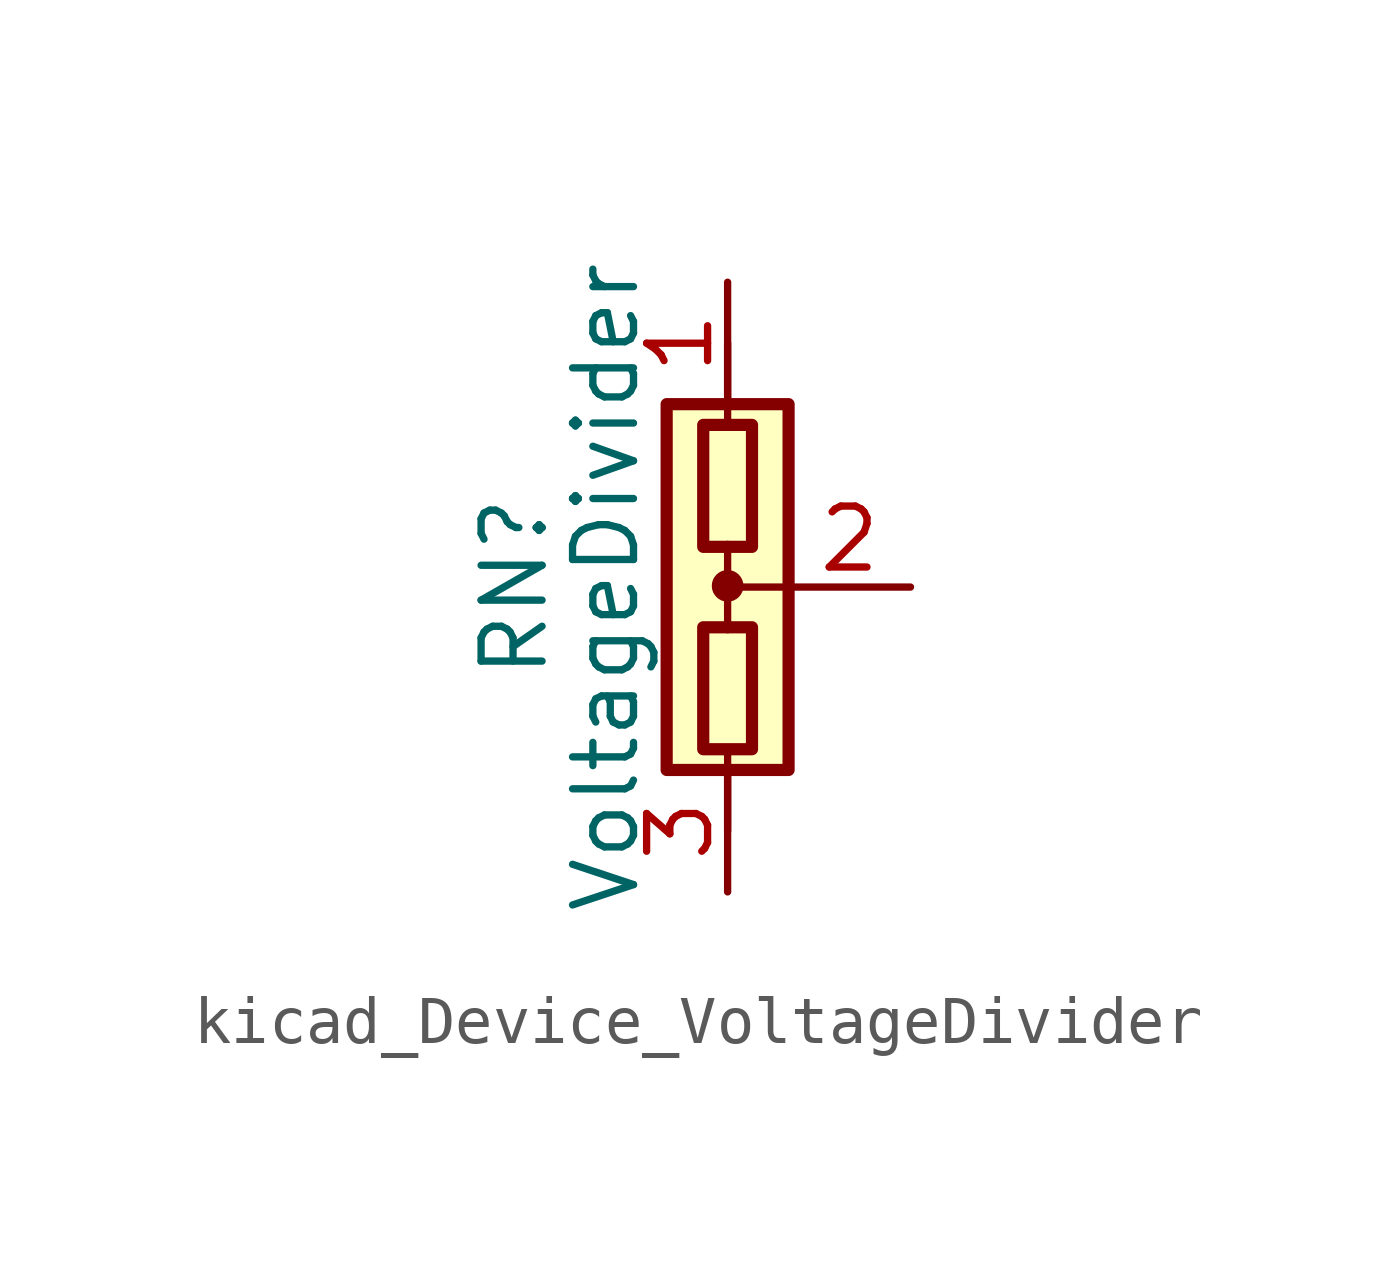
<source format=kicad_sym>
(kicad_symbol_lib
  (version 20220914)
  (generator kicad_symbol_editor)
  (symbol "kicad_Device_VoltageDivider"
    (pin_names
      (offset 0) hide)
    (property "Reference" "RN"
      (at -4.445 0 90)
      (effects (font (size 1.27 1.27))))
    (property "Value" "VoltageDivider"
      (at -2.54 0 90)
      (effects (font (size 1.27 1.27))))
    (symbol "kicad_Device_VoltageDivider_0_1"
      (rectangle (start -1.27 -3.81) (end 1.27 3.81) (stroke (width 0.254) (type default)) (fill (type background)))
      (rectangle (start -0.508 -3.378) (end 0.508 -0.838) (stroke (width 0.254) (type default)) (fill (type none)))
      (rectangle (start -0.508 3.378) (end 0.508 0.838) (stroke (width 0.254) (type default)) (fill (type none)))
      (polyline (pts (xy 0 -5.08) (xy 0 -3.429)) (stroke (width 0) (type default)) (fill (type none)))
      (polyline (pts (xy 0 0.889) (xy 0 -0.889)) (stroke (width 0) (type default)) (fill (type none)))
      (polyline (pts (xy 0 5.08) (xy 0 3.378)) (stroke (width 0) (type default)) (fill (type none)))
      (polyline (pts (xy 1.27 0) (xy 0 0)) (stroke (width 0) (type default)) (fill (type none)))
      (circle (center 0 0.025) (radius 0.254) (stroke (width 0) (type default)) (fill (type outline))))
    (symbol "kicad_Device_VoltageDivider_1_1"
      (pin passive line (at 0 6.35 270) (length 2.54) (name "~" (effects (font (size 1.27 1.27)))) (number "1" (effects (font (size 1.27 1.27)))))
      (pin passive line (at 3.81 0 180) (length 2.54) (name "~" (effects (font (size 1.27 1.27)))) (number "2" (effects (font (size 1.27 1.27)))))
      (pin passive line (at 0 -6.35 90) (length 2.54) (name "~" (effects (font (size 1.27 1.27)))) (number "3" (effects (font (size 1.27 1.27))))))))
</source>
